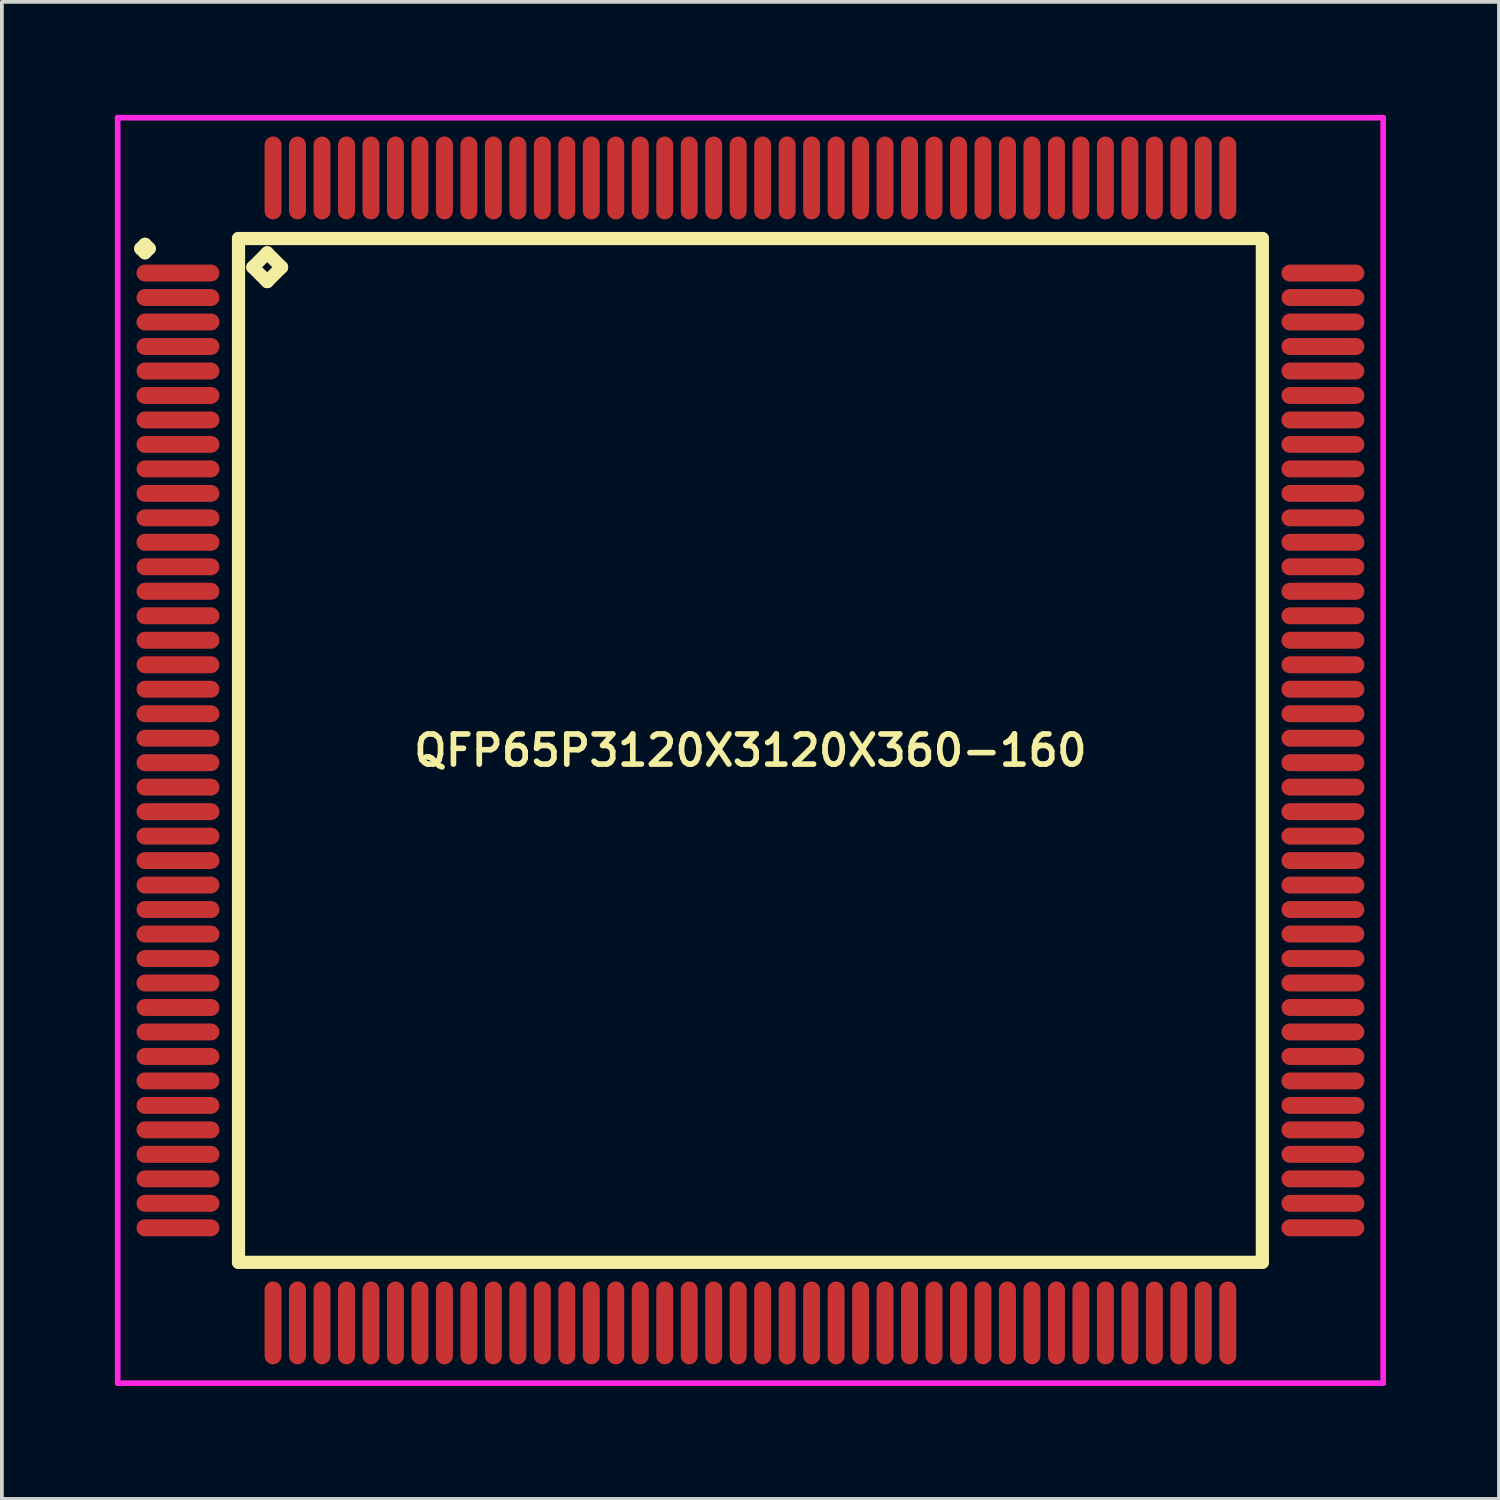
<source format=kicad_pcb>
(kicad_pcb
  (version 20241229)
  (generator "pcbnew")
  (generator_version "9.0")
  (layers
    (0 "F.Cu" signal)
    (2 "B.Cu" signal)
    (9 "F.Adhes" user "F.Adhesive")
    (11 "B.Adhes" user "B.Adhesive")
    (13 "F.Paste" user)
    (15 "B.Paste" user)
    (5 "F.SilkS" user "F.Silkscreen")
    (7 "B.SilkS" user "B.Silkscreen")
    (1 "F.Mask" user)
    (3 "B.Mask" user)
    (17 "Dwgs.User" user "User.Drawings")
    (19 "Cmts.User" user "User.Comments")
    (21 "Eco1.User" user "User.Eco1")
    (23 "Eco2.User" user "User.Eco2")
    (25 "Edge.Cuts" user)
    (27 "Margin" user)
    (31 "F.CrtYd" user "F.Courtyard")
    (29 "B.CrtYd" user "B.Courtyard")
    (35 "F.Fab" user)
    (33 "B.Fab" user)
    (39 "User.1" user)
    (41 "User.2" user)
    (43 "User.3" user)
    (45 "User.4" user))
  (footprint "QFP65P3120X3120X360-160"
    (layer "F.Cu")
    (at 16.875 16.875)
    (property "Reference" "QFP65P3120X3120X360-160" (at 0 0 0) (layer "F.SilkS") (effects (font (size 0.8 0.8) (thickness 0.15))))
    (attr smd)
    (fp_line (start -16.188 -13.325) (end -16.075 -13.438) (stroke (width 0.35) (type solid)) (layer "F.SilkS"))
    (fp_line (start -16.075 -13.438) (end -15.963 -13.325) (stroke (width 0.35) (type solid)) (layer "F.SilkS"))
    (fp_line (start -16.075 -13.213) (end -16.188 -13.325) (stroke (width 0.35) (type solid)) (layer "F.SilkS"))
    (fp_line (start -15.963 -13.325) (end -16.075 -13.213) (stroke (width 0.35) (type solid)) (layer "F.SilkS"))
    (fp_line (start -13.592 -13.592) (end -13.592 13.592) (stroke (width 0.35) (type solid)) (layer "F.SilkS"))
    (fp_line (start -13.592 13.592) (end 13.592 13.592) (stroke (width 0.35) (type solid)) (layer "F.SilkS"))
    (fp_line (start -13.211 -12.83) (end -12.83 -13.211) (stroke (width 0.35) (type solid)) (layer "F.SilkS"))
    (fp_line (start -12.83 -13.211) (end -12.449 -12.83) (stroke (width 0.35) (type solid)) (layer "F.SilkS"))
    (fp_line (start -12.83 -12.449) (end -13.211 -12.83) (stroke (width 0.35) (type solid)) (layer "F.SilkS"))
    (fp_line (start -12.449 -12.83) (end -12.83 -12.449) (stroke (width 0.35) (type solid)) (layer "F.SilkS"))
    (fp_line (start 13.592 -13.592) (end -13.592 -13.592) (stroke (width 0.35) (type solid)) (layer "F.SilkS"))
    (fp_line (start 13.592 13.592) (end 13.592 -13.592) (stroke (width 0.35) (type solid)) (layer "F.SilkS"))
    (fp_line (start -16.8 -16.8) (end 16.8 -16.8) (stroke (width 0.15) (type solid)) (layer "F.CrtYd"))
    (fp_line (start -16.8 16.8) (end -16.8 -16.8) (stroke (width 0.15) (type solid)) (layer "F.CrtYd"))
    (fp_line (start 16.8 -16.8) (end 16.8 16.8) (stroke (width 0.15) (type solid)) (layer "F.CrtYd"))
    (fp_line (start 16.8 16.8) (end -16.8 16.8) (stroke (width 0.15) (type solid)) (layer "F.CrtYd"))
    (pad "1" smd oval (at -15.2 -12.675) (size 2.2 0.45) (layers "F.Cu" "F.Mask" "F.Paste"))
    (pad "2" smd oval (at -15.2 -12.025) (size 2.2 0.45) (layers "F.Cu" "F.Mask" "F.Paste"))
    (pad "3" smd oval (at -15.2 -11.375) (size 2.2 0.45) (layers "F.Cu" "F.Mask" "F.Paste"))
    (pad "4" smd oval (at -15.2 -10.725) (size 2.2 0.45) (layers "F.Cu" "F.Mask" "F.Paste"))
    (pad "5" smd oval (at -15.2 -10.075) (size 2.2 0.45) (layers "F.Cu" "F.Mask" "F.Paste"))
    (pad "6" smd oval (at -15.2 -9.425) (size 2.2 0.45) (layers "F.Cu" "F.Mask" "F.Paste"))
    (pad "7" smd oval (at -15.2 -8.775) (size 2.2 0.45) (layers "F.Cu" "F.Mask" "F.Paste"))
    (pad "8" smd oval (at -15.2 -8.125) (size 2.2 0.45) (layers "F.Cu" "F.Mask" "F.Paste"))
    (pad "9" smd oval (at -15.2 -7.475) (size 2.2 0.45) (layers "F.Cu" "F.Mask" "F.Paste"))
    (pad "10" smd oval (at -15.2 -6.825) (size 2.2 0.45) (layers "F.Cu" "F.Mask" "F.Paste"))
    (pad "11" smd oval (at -15.2 -6.175) (size 2.2 0.45) (layers "F.Cu" "F.Mask" "F.Paste"))
    (pad "12" smd oval (at -15.2 -5.525) (size 2.2 0.45) (layers "F.Cu" "F.Mask" "F.Paste"))
    (pad "13" smd oval (at -15.2 -4.875) (size 2.2 0.45) (layers "F.Cu" "F.Mask" "F.Paste"))
    (pad "14" smd oval (at -15.2 -4.225) (size 2.2 0.45) (layers "F.Cu" "F.Mask" "F.Paste"))
    (pad "15" smd oval (at -15.2 -3.575) (size 2.2 0.45) (layers "F.Cu" "F.Mask" "F.Paste"))
    (pad "16" smd oval (at -15.2 -2.925) (size 2.2 0.45) (layers "F.Cu" "F.Mask" "F.Paste"))
    (pad "17" smd oval (at -15.2 -2.275) (size 2.2 0.45) (layers "F.Cu" "F.Mask" "F.Paste"))
    (pad "18" smd oval (at -15.2 -1.625) (size 2.2 0.45) (layers "F.Cu" "F.Mask" "F.Paste"))
    (pad "19" smd oval (at -15.2 -0.975) (size 2.2 0.45) (layers "F.Cu" "F.Mask" "F.Paste"))
    (pad "20" smd oval (at -15.2 -0.325) (size 2.2 0.45) (layers "F.Cu" "F.Mask" "F.Paste"))
    (pad "21" smd oval (at -15.2 0.325) (size 2.2 0.45) (layers "F.Cu" "F.Mask" "F.Paste"))
    (pad "22" smd oval (at -15.2 0.975) (size 2.2 0.45) (layers "F.Cu" "F.Mask" "F.Paste"))
    (pad "23" smd oval (at -15.2 1.625) (size 2.2 0.45) (layers "F.Cu" "F.Mask" "F.Paste"))
    (pad "24" smd oval (at -15.2 2.275) (size 2.2 0.45) (layers "F.Cu" "F.Mask" "F.Paste"))
    (pad "25" smd oval (at -15.2 2.925) (size 2.2 0.45) (layers "F.Cu" "F.Mask" "F.Paste"))
    (pad "26" smd oval (at -15.2 3.575) (size 2.2 0.45) (layers "F.Cu" "F.Mask" "F.Paste"))
    (pad "27" smd oval (at -15.2 4.225) (size 2.2 0.45) (layers "F.Cu" "F.Mask" "F.Paste"))
    (pad "28" smd oval (at -15.2 4.875) (size 2.2 0.45) (layers "F.Cu" "F.Mask" "F.Paste"))
    (pad "29" smd oval (at -15.2 5.525) (size 2.2 0.45) (layers "F.Cu" "F.Mask" "F.Paste"))
    (pad "30" smd oval (at -15.2 6.175) (size 2.2 0.45) (layers "F.Cu" "F.Mask" "F.Paste"))
    (pad "31" smd oval (at -15.2 6.825) (size 2.2 0.45) (layers "F.Cu" "F.Mask" "F.Paste"))
    (pad "32" smd oval (at -15.2 7.475) (size 2.2 0.45) (layers "F.Cu" "F.Mask" "F.Paste"))
    (pad "33" smd oval (at -15.2 8.125) (size 2.2 0.45) (layers "F.Cu" "F.Mask" "F.Paste"))
    (pad "34" smd oval (at -15.2 8.775) (size 2.2 0.45) (layers "F.Cu" "F.Mask" "F.Paste"))
    (pad "35" smd oval (at -15.2 9.425) (size 2.2 0.45) (layers "F.Cu" "F.Mask" "F.Paste"))
    (pad "36" smd oval (at -15.2 10.075) (size 2.2 0.45) (layers "F.Cu" "F.Mask" "F.Paste"))
    (pad "37" smd oval (at -15.2 10.725) (size 2.2 0.45) (layers "F.Cu" "F.Mask" "F.Paste"))
    (pad "38" smd oval (at -15.2 11.375) (size 2.2 0.45) (layers "F.Cu" "F.Mask" "F.Paste"))
    (pad "39" smd oval (at -15.2 12.025) (size 2.2 0.45) (layers "F.Cu" "F.Mask" "F.Paste"))
    (pad "40" smd oval (at -15.2 12.675) (size 2.2 0.45) (layers "F.Cu" "F.Mask" "F.Paste"))
    (pad "41" smd oval (at -12.675 15.2) (size 0.45 2.2) (layers "F.Cu" "F.Mask" "F.Paste"))
    (pad "42" smd oval (at -12.025 15.2) (size 0.45 2.2) (layers "F.Cu" "F.Mask" "F.Paste"))
    (pad "43" smd oval (at -11.375 15.2) (size 0.45 2.2) (layers "F.Cu" "F.Mask" "F.Paste"))
    (pad "44" smd oval (at -10.725 15.2) (size 0.45 2.2) (layers "F.Cu" "F.Mask" "F.Paste"))
    (pad "45" smd oval (at -10.075 15.2) (size 0.45 2.2) (layers "F.Cu" "F.Mask" "F.Paste"))
    (pad "46" smd oval (at -9.425 15.2) (size 0.45 2.2) (layers "F.Cu" "F.Mask" "F.Paste"))
    (pad "47" smd oval (at -8.775 15.2) (size 0.45 2.2) (layers "F.Cu" "F.Mask" "F.Paste"))
    (pad "48" smd oval (at -8.125 15.2) (size 0.45 2.2) (layers "F.Cu" "F.Mask" "F.Paste"))
    (pad "49" smd oval (at -7.475 15.2) (size 0.45 2.2) (layers "F.Cu" "F.Mask" "F.Paste"))
    (pad "50" smd oval (at -6.825 15.2) (size 0.45 2.2) (layers "F.Cu" "F.Mask" "F.Paste"))
    (pad "51" smd oval (at -6.175 15.2) (size 0.45 2.2) (layers "F.Cu" "F.Mask" "F.Paste"))
    (pad "52" smd oval (at -5.525 15.2) (size 0.45 2.2) (layers "F.Cu" "F.Mask" "F.Paste"))
    (pad "53" smd oval (at -4.875 15.2) (size 0.45 2.2) (layers "F.Cu" "F.Mask" "F.Paste"))
    (pad "54" smd oval (at -4.225 15.2) (size 0.45 2.2) (layers "F.Cu" "F.Mask" "F.Paste"))
    (pad "55" smd oval (at -3.575 15.2) (size 0.45 2.2) (layers "F.Cu" "F.Mask" "F.Paste"))
    (pad "56" smd oval (at -2.925 15.2) (size 0.45 2.2) (layers "F.Cu" "F.Mask" "F.Paste"))
    (pad "57" smd oval (at -2.275 15.2) (size 0.45 2.2) (layers "F.Cu" "F.Mask" "F.Paste"))
    (pad "58" smd oval (at -1.625 15.2) (size 0.45 2.2) (layers "F.Cu" "F.Mask" "F.Paste"))
    (pad "59" smd oval (at -0.975 15.2) (size 0.45 2.2) (layers "F.Cu" "F.Mask" "F.Paste"))
    (pad "60" smd oval (at -0.325 15.2) (size 0.45 2.2) (layers "F.Cu" "F.Mask" "F.Paste"))
    (pad "61" smd oval (at 0.325 15.2) (size 0.45 2.2) (layers "F.Cu" "F.Mask" "F.Paste"))
    (pad "62" smd oval (at 0.975 15.2) (size 0.45 2.2) (layers "F.Cu" "F.Mask" "F.Paste"))
    (pad "63" smd oval (at 1.625 15.2) (size 0.45 2.2) (layers "F.Cu" "F.Mask" "F.Paste"))
    (pad "64" smd oval (at 2.275 15.2) (size 0.45 2.2) (layers "F.Cu" "F.Mask" "F.Paste"))
    (pad "65" smd oval (at 2.925 15.2) (size 0.45 2.2) (layers "F.Cu" "F.Mask" "F.Paste"))
    (pad "66" smd oval (at 3.575 15.2) (size 0.45 2.2) (layers "F.Cu" "F.Mask" "F.Paste"))
    (pad "67" smd oval (at 4.225 15.2) (size 0.45 2.2) (layers "F.Cu" "F.Mask" "F.Paste"))
    (pad "68" smd oval (at 4.875 15.2) (size 0.45 2.2) (layers "F.Cu" "F.Mask" "F.Paste"))
    (pad "69" smd oval (at 5.525 15.2) (size 0.45 2.2) (layers "F.Cu" "F.Mask" "F.Paste"))
    (pad "70" smd oval (at 6.175 15.2) (size 0.45 2.2) (layers "F.Cu" "F.Mask" "F.Paste"))
    (pad "71" smd oval (at 6.825 15.2) (size 0.45 2.2) (layers "F.Cu" "F.Mask" "F.Paste"))
    (pad "72" smd oval (at 7.475 15.2) (size 0.45 2.2) (layers "F.Cu" "F.Mask" "F.Paste"))
    (pad "73" smd oval (at 8.125 15.2) (size 0.45 2.2) (layers "F.Cu" "F.Mask" "F.Paste"))
    (pad "74" smd oval (at 8.775 15.2) (size 0.45 2.2) (layers "F.Cu" "F.Mask" "F.Paste"))
    (pad "75" smd oval (at 9.425 15.2) (size 0.45 2.2) (layers "F.Cu" "F.Mask" "F.Paste"))
    (pad "76" smd oval (at 10.075 15.2) (size 0.45 2.2) (layers "F.Cu" "F.Mask" "F.Paste"))
    (pad "77" smd oval (at 10.725 15.2) (size 0.45 2.2) (layers "F.Cu" "F.Mask" "F.Paste"))
    (pad "78" smd oval (at 11.375 15.2) (size 0.45 2.2) (layers "F.Cu" "F.Mask" "F.Paste"))
    (pad "79" smd oval (at 12.025 15.2) (size 0.45 2.2) (layers "F.Cu" "F.Mask" "F.Paste"))
    (pad "80" smd oval (at 12.675 15.2) (size 0.45 2.2) (layers "F.Cu" "F.Mask" "F.Paste"))
    (pad "81" smd oval (at 15.2 12.675) (size 2.2 0.45) (layers "F.Cu" "F.Mask" "F.Paste"))
    (pad "82" smd oval (at 15.2 12.025) (size 2.2 0.45) (layers "F.Cu" "F.Mask" "F.Paste"))
    (pad "83" smd oval (at 15.2 11.375) (size 2.2 0.45) (layers "F.Cu" "F.Mask" "F.Paste"))
    (pad "84" smd oval (at 15.2 10.725) (size 2.2 0.45) (layers "F.Cu" "F.Mask" "F.Paste"))
    (pad "85" smd oval (at 15.2 10.075) (size 2.2 0.45) (layers "F.Cu" "F.Mask" "F.Paste"))
    (pad "86" smd oval (at 15.2 9.425) (size 2.2 0.45) (layers "F.Cu" "F.Mask" "F.Paste"))
    (pad "87" smd oval (at 15.2 8.775) (size 2.2 0.45) (layers "F.Cu" "F.Mask" "F.Paste"))
    (pad "88" smd oval (at 15.2 8.125) (size 2.2 0.45) (layers "F.Cu" "F.Mask" "F.Paste"))
    (pad "89" smd oval (at 15.2 7.475) (size 2.2 0.45) (layers "F.Cu" "F.Mask" "F.Paste"))
    (pad "90" smd oval (at 15.2 6.825) (size 2.2 0.45) (layers "F.Cu" "F.Mask" "F.Paste"))
    (pad "91" smd oval (at 15.2 6.175) (size 2.2 0.45) (layers "F.Cu" "F.Mask" "F.Paste"))
    (pad "92" smd oval (at 15.2 5.525) (size 2.2 0.45) (layers "F.Cu" "F.Mask" "F.Paste"))
    (pad "93" smd oval (at 15.2 4.875) (size 2.2 0.45) (layers "F.Cu" "F.Mask" "F.Paste"))
    (pad "94" smd oval (at 15.2 4.225) (size 2.2 0.45) (layers "F.Cu" "F.Mask" "F.Paste"))
    (pad "95" smd oval (at 15.2 3.575) (size 2.2 0.45) (layers "F.Cu" "F.Mask" "F.Paste"))
    (pad "96" smd oval (at 15.2 2.925) (size 2.2 0.45) (layers "F.Cu" "F.Mask" "F.Paste"))
    (pad "97" smd oval (at 15.2 2.275) (size 2.2 0.45) (layers "F.Cu" "F.Mask" "F.Paste"))
    (pad "98" smd oval (at 15.2 1.625) (size 2.2 0.45) (layers "F.Cu" "F.Mask" "F.Paste"))
    (pad "99" smd oval (at 15.2 0.975) (size 2.2 0.45) (layers "F.Cu" "F.Mask" "F.Paste"))
    (pad "100" smd oval (at 15.2 0.325) (size 2.2 0.45) (layers "F.Cu" "F.Mask" "F.Paste"))
    (pad "101" smd oval (at 15.2 -0.325) (size 2.2 0.45) (layers "F.Cu" "F.Mask" "F.Paste"))
    (pad "102" smd oval (at 15.2 -0.975) (size 2.2 0.45) (layers "F.Cu" "F.Mask" "F.Paste"))
    (pad "103" smd oval (at 15.2 -1.625) (size 2.2 0.45) (layers "F.Cu" "F.Mask" "F.Paste"))
    (pad "104" smd oval (at 15.2 -2.275) (size 2.2 0.45) (layers "F.Cu" "F.Mask" "F.Paste"))
    (pad "105" smd oval (at 15.2 -2.925) (size 2.2 0.45) (layers "F.Cu" "F.Mask" "F.Paste"))
    (pad "106" smd oval (at 15.2 -3.575) (size 2.2 0.45) (layers "F.Cu" "F.Mask" "F.Paste"))
    (pad "107" smd oval (at 15.2 -4.225) (size 2.2 0.45) (layers "F.Cu" "F.Mask" "F.Paste"))
    (pad "108" smd oval (at 15.2 -4.875) (size 2.2 0.45) (layers "F.Cu" "F.Mask" "F.Paste"))
    (pad "109" smd oval (at 15.2 -5.525) (size 2.2 0.45) (layers "F.Cu" "F.Mask" "F.Paste"))
    (pad "110" smd oval (at 15.2 -6.175) (size 2.2 0.45) (layers "F.Cu" "F.Mask" "F.Paste"))
    (pad "111" smd oval (at 15.2 -6.825) (size 2.2 0.45) (layers "F.Cu" "F.Mask" "F.Paste"))
    (pad "112" smd oval (at 15.2 -7.475) (size 2.2 0.45) (layers "F.Cu" "F.Mask" "F.Paste"))
    (pad "113" smd oval (at 15.2 -8.125) (size 2.2 0.45) (layers "F.Cu" "F.Mask" "F.Paste"))
    (pad "114" smd oval (at 15.2 -8.775) (size 2.2 0.45) (layers "F.Cu" "F.Mask" "F.Paste"))
    (pad "115" smd oval (at 15.2 -9.425) (size 2.2 0.45) (layers "F.Cu" "F.Mask" "F.Paste"))
    (pad "116" smd oval (at 15.2 -10.075) (size 2.2 0.45) (layers "F.Cu" "F.Mask" "F.Paste"))
    (pad "117" smd oval (at 15.2 -10.725) (size 2.2 0.45) (layers "F.Cu" "F.Mask" "F.Paste"))
    (pad "118" smd oval (at 15.2 -11.375) (size 2.2 0.45) (layers "F.Cu" "F.Mask" "F.Paste"))
    (pad "119" smd oval (at 15.2 -12.025) (size 2.2 0.45) (layers "F.Cu" "F.Mask" "F.Paste"))
    (pad "120" smd oval (at 15.2 -12.675) (size 2.2 0.45) (layers "F.Cu" "F.Mask" "F.Paste"))
    (pad "121" smd oval (at 12.675 -15.2) (size 0.45 2.2) (layers "F.Cu" "F.Mask" "F.Paste"))
    (pad "122" smd oval (at 12.025 -15.2) (size 0.45 2.2) (layers "F.Cu" "F.Mask" "F.Paste"))
    (pad "123" smd oval (at 11.375 -15.2) (size 0.45 2.2) (layers "F.Cu" "F.Mask" "F.Paste"))
    (pad "124" smd oval (at 10.725 -15.2) (size 0.45 2.2) (layers "F.Cu" "F.Mask" "F.Paste"))
    (pad "125" smd oval (at 10.075 -15.2) (size 0.45 2.2) (layers "F.Cu" "F.Mask" "F.Paste"))
    (pad "126" smd oval (at 9.425 -15.2) (size 0.45 2.2) (layers "F.Cu" "F.Mask" "F.Paste"))
    (pad "127" smd oval (at 8.775 -15.2) (size 0.45 2.2) (layers "F.Cu" "F.Mask" "F.Paste"))
    (pad "128" smd oval (at 8.125 -15.2) (size 0.45 2.2) (layers "F.Cu" "F.Mask" "F.Paste"))
    (pad "129" smd oval (at 7.475 -15.2) (size 0.45 2.2) (layers "F.Cu" "F.Mask" "F.Paste"))
    (pad "130" smd oval (at 6.825 -15.2) (size 0.45 2.2) (layers "F.Cu" "F.Mask" "F.Paste"))
    (pad "131" smd oval (at 6.175 -15.2) (size 0.45 2.2) (layers "F.Cu" "F.Mask" "F.Paste"))
    (pad "132" smd oval (at 5.525 -15.2) (size 0.45 2.2) (layers "F.Cu" "F.Mask" "F.Paste"))
    (pad "133" smd oval (at 4.875 -15.2) (size 0.45 2.2) (layers "F.Cu" "F.Mask" "F.Paste"))
    (pad "134" smd oval (at 4.225 -15.2) (size 0.45 2.2) (layers "F.Cu" "F.Mask" "F.Paste"))
    (pad "135" smd oval (at 3.575 -15.2) (size 0.45 2.2) (layers "F.Cu" "F.Mask" "F.Paste"))
    (pad "136" smd oval (at 2.925 -15.2) (size 0.45 2.2) (layers "F.Cu" "F.Mask" "F.Paste"))
    (pad "137" smd oval (at 2.275 -15.2) (size 0.45 2.2) (layers "F.Cu" "F.Mask" "F.Paste"))
    (pad "138" smd oval (at 1.625 -15.2) (size 0.45 2.2) (layers "F.Cu" "F.Mask" "F.Paste"))
    (pad "139" smd oval (at 0.975 -15.2) (size 0.45 2.2) (layers "F.Cu" "F.Mask" "F.Paste"))
    (pad "140" smd oval (at 0.325 -15.2) (size 0.45 2.2) (layers "F.Cu" "F.Mask" "F.Paste"))
    (pad "141" smd oval (at -0.325 -15.2) (size 0.45 2.2) (layers "F.Cu" "F.Mask" "F.Paste"))
    (pad "142" smd oval (at -0.975 -15.2) (size 0.45 2.2) (layers "F.Cu" "F.Mask" "F.Paste"))
    (pad "143" smd oval (at -1.625 -15.2) (size 0.45 2.2) (layers "F.Cu" "F.Mask" "F.Paste"))
    (pad "144" smd oval (at -2.275 -15.2) (size 0.45 2.2) (layers "F.Cu" "F.Mask" "F.Paste"))
    (pad "145" smd oval (at -2.925 -15.2) (size 0.45 2.2) (layers "F.Cu" "F.Mask" "F.Paste"))
    (pad "146" smd oval (at -3.575 -15.2) (size 0.45 2.2) (layers "F.Cu" "F.Mask" "F.Paste"))
    (pad "147" smd oval (at -4.225 -15.2) (size 0.45 2.2) (layers "F.Cu" "F.Mask" "F.Paste"))
    (pad "148" smd oval (at -4.875 -15.2) (size 0.45 2.2) (layers "F.Cu" "F.Mask" "F.Paste"))
    (pad "149" smd oval (at -5.525 -15.2) (size 0.45 2.2) (layers "F.Cu" "F.Mask" "F.Paste"))
    (pad "150" smd oval (at -6.175 -15.2) (size 0.45 2.2) (layers "F.Cu" "F.Mask" "F.Paste"))
    (pad "151" smd oval (at -6.825 -15.2) (size 0.45 2.2) (layers "F.Cu" "F.Mask" "F.Paste"))
    (pad "152" smd oval (at -7.475 -15.2) (size 0.45 2.2) (layers "F.Cu" "F.Mask" "F.Paste"))
    (pad "153" smd oval (at -8.125 -15.2) (size 0.45 2.2) (layers "F.Cu" "F.Mask" "F.Paste"))
    (pad "154" smd oval (at -8.775 -15.2) (size 0.45 2.2) (layers "F.Cu" "F.Mask" "F.Paste"))
    (pad "155" smd oval (at -9.425 -15.2) (size 0.45 2.2) (layers "F.Cu" "F.Mask" "F.Paste"))
    (pad "156" smd oval (at -10.075 -15.2) (size 0.45 2.2) (layers "F.Cu" "F.Mask" "F.Paste"))
    (pad "157" smd oval (at -10.725 -15.2) (size 0.45 2.2) (layers "F.Cu" "F.Mask" "F.Paste"))
    (pad "158" smd oval (at -11.375 -15.2) (size 0.45 2.2) (layers "F.Cu" "F.Mask" "F.Paste"))
    (pad "159" smd oval (at -12.025 -15.2) (size 0.45 2.2) (layers "F.Cu" "F.Mask" "F.Paste"))
    (pad "160" smd oval (at -12.675 -15.2) (size 0.45 2.2) (layers "F.Cu" "F.Mask" "F.Paste")))
  (gr_rect
    (start -3 -3)
    (end 36.75 36.75)
    (stroke (width 0.1) (type default))
    (fill no)
    (layer "Edge.Cuts")))
</source>
